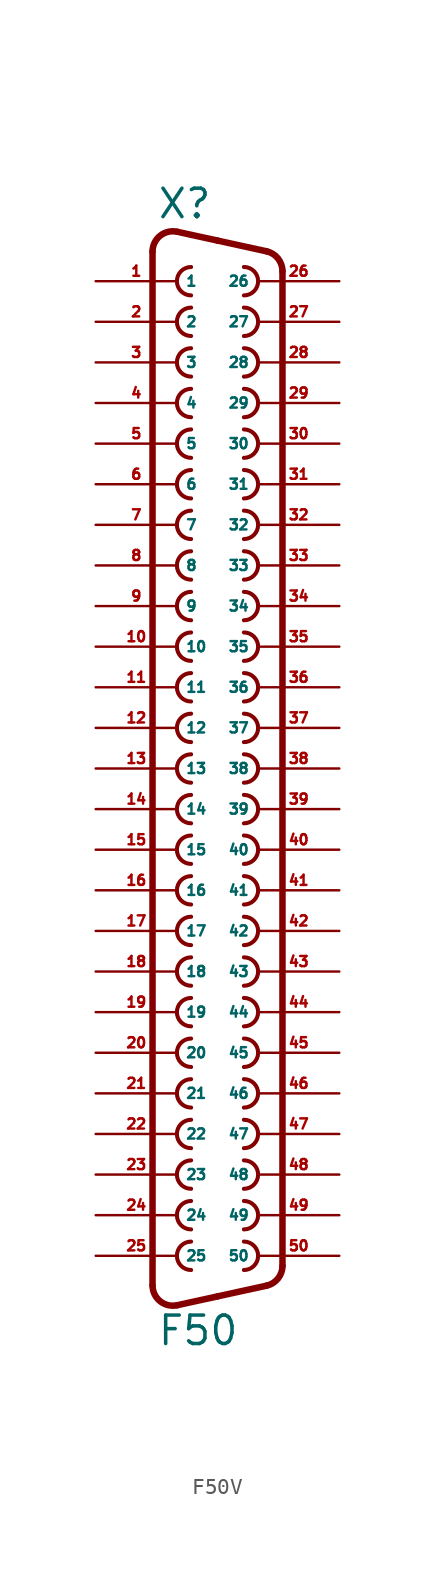
<source format=kicad_sym>
(kicad_symbol_lib
  (version 20220914)
  (generator Eagle2Kicad)
  (symbol "F50V"
    (property "Reference" "X"
      (at -3.81 31.75 0)
      (effects (font (size 1.778 1.778) (thickness 0.22)) (justify left bottom)))
    (property "Value" "F50"
      (at -3.81 -38.735 0)
      (effects (font (size 1.778 1.778) (thickness 0.22)) (justify left bottom)))
    (arc
      (start -1.651 28.829)
      (mid -2.540 27.940)
      (end -1.651 27.051)
      (stroke (width 0.254) (type default))
      (fill (type none)))
    (arc
      (start 1.651 6.731)
      (mid 2.540 7.620)
      (end 1.651 8.509)
      (stroke (width 0.254) (type default))
      (fill (type none)))
    (arc
      (start -1.651 -14.351)
      (mid -2.540 -15.240)
      (end -1.651 -16.129)
      (stroke (width 0.254) (type default))
      (fill (type none)))
    (arc
      (start 1.651 4.191)
      (mid 2.540 5.080)
      (end 1.651 5.969)
      (stroke (width 0.254) (type default))
      (fill (type none)))
    (arc
      (start -1.651 26.289)
      (mid -2.540 25.400)
      (end -1.651 24.511)
      (stroke (width 0.254) (type default))
      (fill (type none)))
    (arc
      (start -1.651 23.749)
      (mid -2.540 22.860)
      (end -1.651 21.971)
      (stroke (width 0.254) (type default))
      (fill (type none)))
    (arc
      (start -1.651 -19.431)
      (mid -2.540 -20.320)
      (end -1.651 -21.209)
      (stroke (width 0.254) (type default))
      (fill (type none)))
    (arc
      (start 1.651 1.651)
      (mid 2.540 2.540)
      (end 1.651 3.429)
      (stroke (width 0.254) (type default))
      (fill (type none)))
    (arc
      (start -1.651 -21.971)
      (mid -2.540 -22.860)
      (end -1.651 -23.749)
      (stroke (width 0.254) (type default))
      (fill (type none)))
    (arc
      (start -1.651 21.209)
      (mid -2.540 20.320)
      (end -1.651 19.431)
      (stroke (width 0.254) (type default))
      (fill (type none)))
    (arc
      (start 1.651 -0.889)
      (mid 2.540 0.000)
      (end 1.651 0.889)
      (stroke (width 0.254) (type default))
      (fill (type none)))
    (arc
      (start -1.651 -16.891)
      (mid -2.540 -17.780)
      (end -1.651 -18.669)
      (stroke (width 0.254) (type default))
      (fill (type none)))
    (arc
      (start -1.651 18.669)
      (mid -2.540 17.780)
      (end -1.651 16.891)
      (stroke (width 0.254) (type default))
      (fill (type none)))
    (arc
      (start 1.651 -3.429)
      (mid 2.540 -2.540)
      (end 1.651 -1.651)
      (stroke (width 0.254) (type default))
      (fill (type none)))
    (arc
      (start -1.651 -24.511)
      (mid -2.540 -25.400)
      (end -1.651 -26.289)
      (stroke (width 0.254) (type default))
      (fill (type none)))
    (arc
      (start 1.651 -5.969)
      (mid 2.540 -5.080)
      (end 1.651 -4.191)
      (stroke (width 0.254) (type default))
      (fill (type none)))
    (arc
      (start -1.651 16.129)
      (mid -2.540 15.240)
      (end -1.651 14.351)
      (stroke (width 0.254) (type default))
      (fill (type none)))
    (arc
      (start -1.651 -27.051)
      (mid -2.540 -27.940)
      (end -1.651 -28.829)
      (stroke (width 0.254) (type default))
      (fill (type none)))
    (arc
      (start -1.651 13.589)
      (mid -2.540 12.700)
      (end -1.651 11.811)
      (stroke (width 0.254) (type default))
      (fill (type none)))
    (arc
      (start 1.651 -8.509)
      (mid 2.540 -7.620)
      (end 1.651 -6.731)
      (stroke (width 0.254) (type default))
      (fill (type none)))
    (arc
      (start -1.651 -29.591)
      (mid -2.540 -30.480)
      (end -1.651 -31.369)
      (stroke (width 0.254) (type default))
      (fill (type none)))
    (arc
      (start -1.651 11.049)
      (mid -2.540 10.160)
      (end -1.651 9.271)
      (stroke (width 0.254) (type default))
      (fill (type none)))
    (arc
      (start 1.651 -11.049)
      (mid 2.540 -10.160)
      (end 1.651 -9.271)
      (stroke (width 0.254) (type default))
      (fill (type none)))
    (arc
      (start -1.651 -32.131)
      (mid -2.540 -33.020)
      (end -1.651 -33.909)
      (stroke (width 0.254) (type default))
      (fill (type none)))
    (arc
      (start -1.651 8.509)
      (mid -2.540 7.620)
      (end -1.651 6.731)
      (stroke (width 0.254) (type default))
      (fill (type none)))
    (arc
      (start 1.651 -13.589)
      (mid 2.540 -12.700)
      (end 1.651 -11.811)
      (stroke (width 0.254) (type default))
      (fill (type none)))
    (arc
      (start 1.651 27.051)
      (mid 2.540 27.940)
      (end 1.651 28.829)
      (stroke (width 0.254) (type default))
      (fill (type none)))
    (arc
      (start -1.651 5.969)
      (mid -2.540 5.080)
      (end -1.651 4.191)
      (stroke (width 0.254) (type default))
      (fill (type none)))
    (arc
      (start 1.651 -16.129)
      (mid 2.540 -15.240)
      (end 1.651 -14.351)
      (stroke (width 0.254) (type default))
      (fill (type none)))
    (arc
      (start 1.651 24.511)
      (mid 2.540 25.400)
      (end 1.651 26.289)
      (stroke (width 0.254) (type default))
      (fill (type none)))
    (arc
      (start -1.651 3.429)
      (mid -2.540 2.540)
      (end -1.651 1.651)
      (stroke (width 0.254) (type default))
      (fill (type none)))
    (arc
      (start 1.651 -18.669)
      (mid 2.540 -17.780)
      (end 1.651 -16.891)
      (stroke (width 0.254) (type default))
      (fill (type none)))
    (arc
      (start 1.651 21.971)
      (mid 2.540 22.860)
      (end 1.651 23.749)
      (stroke (width 0.254) (type default))
      (fill (type none)))
    (arc
      (start -1.651 0.889)
      (mid -2.540 0.000)
      (end -1.651 -0.889)
      (stroke (width 0.254) (type default))
      (fill (type none)))
    (arc
      (start 1.651 -21.209)
      (mid 2.540 -20.320)
      (end 1.651 -19.431)
      (stroke (width 0.254) (type default))
      (fill (type none)))
    (arc
      (start 1.651 19.431)
      (mid 2.540 20.320)
      (end 1.651 21.209)
      (stroke (width 0.254) (type default))
      (fill (type none)))
    (arc
      (start -1.651 -1.651)
      (mid -2.540 -2.540)
      (end -1.651 -3.429)
      (stroke (width 0.254) (type default))
      (fill (type none)))
    (arc
      (start 1.651 -23.749)
      (mid 2.540 -22.860)
      (end 1.651 -21.971)
      (stroke (width 0.254) (type default))
      (fill (type none)))
    (arc
      (start 1.651 16.891)
      (mid 2.540 17.780)
      (end 1.651 18.669)
      (stroke (width 0.254) (type default))
      (fill (type none)))
    (arc
      (start -1.651 -4.191)
      (mid -2.540 -5.080)
      (end -1.651 -5.969)
      (stroke (width 0.254) (type default))
      (fill (type none)))
    (arc
      (start 1.651 -26.289)
      (mid 2.540 -25.400)
      (end 1.651 -24.511)
      (stroke (width 0.254) (type default))
      (fill (type none)))
    (arc
      (start 1.651 14.351)
      (mid 2.540 15.240)
      (end 1.651 16.129)
      (stroke (width 0.254) (type default))
      (fill (type none)))
    (arc
      (start -1.651 -6.731)
      (mid -2.540 -7.620)
      (end -1.651 -8.509)
      (stroke (width 0.254) (type default))
      (fill (type none)))
    (arc
      (start 1.651 -28.829)
      (mid 2.540 -27.940)
      (end 1.651 -27.051)
      (stroke (width 0.254) (type default))
      (fill (type none)))
    (arc
      (start 1.651 11.811)
      (mid 2.540 12.700)
      (end 1.651 13.589)
      (stroke (width 0.254) (type default))
      (fill (type none)))
    (arc
      (start -1.651 -9.271)
      (mid -2.540 -10.160)
      (end -1.651 -11.049)
      (stroke (width 0.254) (type default))
      (fill (type none)))
    (arc
      (start 1.651 -31.369)
      (mid 2.540 -30.480)
      (end 1.651 -29.591)
      (stroke (width 0.254) (type default))
      (fill (type none)))
    (arc
      (start 1.651 9.271)
      (mid 2.540 10.160)
      (end 1.651 11.049)
      (stroke (width 0.254) (type default))
      (fill (type none)))
    (arc
      (start -1.651 -11.811)
      (mid -2.540 -12.700)
      (end -1.651 -13.589)
      (stroke (width 0.254) (type default))
      (fill (type none)))
    (arc
      (start 1.651 -33.909)
      (mid 2.540 -33.020)
      (end 1.651 -32.131)
      (stroke (width 0.254) (type default))
      (fill (type none)))
    (arc
      (start -2.5226 31.032)
      (mid -3.590 30.781)
      (end -4.064 29.7912)
      (stroke (width 0.4064) (type default))
      (fill (type none)))
    (polyline
      (pts (xy -2.523 31.032) (xy 0 30.48))
      (stroke (width 0.406) (type default))
      (fill (type none)))
    (polyline
      (pts (xy 0 30.48) (xy 3.065 29.809))
      (stroke (width 0.406) (type default))
      (fill (type none)))
    (arc
      (start 4.0643 28.5688)
      (mid 3.783 29.365)
      (end 3.0654 29.8095)
      (stroke (width 0.4064) (type default))
      (fill (type none)))
    (polyline
      (pts (xy 4.064 -33.649) (xy 4.064 28.569))
      (stroke (width 0.406) (type default))
      (fill (type none)))
    (arc
      (start 3.0654 -34.8894)
      (mid 3.783 -34.445)
      (end 4.064 -33.6488)
      (stroke (width 0.4064) (type default))
      (fill (type none)))
    (polyline
      (pts (xy -4.064 -34.871) (xy -4.064 29.791))
      (stroke (width 0.406) (type default))
      (fill (type none)))
    (polyline
      (pts (xy -2.523 -36.112) (xy 0 -35.56))
      (stroke (width 0.406) (type default))
      (fill (type none)))
    (polyline
      (pts (xy 0 -35.56) (xy 3.065 -34.889))
      (stroke (width 0.406) (type default))
      (fill (type none)))
    (arc
      (start -4.064 -34.8712)
      (mid -3.590 -35.861)
      (end -2.5226 -36.1119)
      (stroke (width 0.4064) (type default))
      (fill (type none)))
    (pin passive line
      (at 7.62 7.62 180)
      (length 5.08)
      (name "34" (effects (font (size 0.635 0.635) (thickness 0.08)) (justify left bottom)))
      (number "34" (effects (font (size 0.635 0.635) (thickness 0.08)) (justify left bottom))))
    (pin passive line
      (at -7.62 -15.24 0)
      (length 5.08)
      (name "18" (effects (font (size 0.635 0.635) (thickness 0.08)) (justify left bottom)))
      (number "18" (effects (font (size 0.635 0.635) (thickness 0.08)) (justify left bottom))))
    (pin passive line
      (at 7.62 5.08 180)
      (length 5.08)
      (name "35" (effects (font (size 0.635 0.635) (thickness 0.08)) (justify left bottom)))
      (number "35" (effects (font (size 0.635 0.635) (thickness 0.08)) (justify left bottom))))
    (pin passive line
      (at -7.62 -17.78 0)
      (length 5.08)
      (name "19" (effects (font (size 0.635 0.635) (thickness 0.08)) (justify left bottom)))
      (number "19" (effects (font (size 0.635 0.635) (thickness 0.08)) (justify left bottom))))
    (pin passive line
      (at 7.62 2.54 180)
      (length 5.08)
      (name "36" (effects (font (size 0.635 0.635) (thickness 0.08)) (justify left bottom)))
      (number "36" (effects (font (size 0.635 0.635) (thickness 0.08)) (justify left bottom))))
    (pin passive line
      (at -7.62 -20.32 0)
      (length 5.08)
      (name "20" (effects (font (size 0.635 0.635) (thickness 0.08)) (justify left bottom)))
      (number "20" (effects (font (size 0.635 0.635) (thickness 0.08)) (justify left bottom))))
    (pin passive line
      (at 7.62 0 180)
      (length 5.08)
      (name "37" (effects (font (size 0.635 0.635) (thickness 0.08)) (justify left bottom)))
      (number "37" (effects (font (size 0.635 0.635) (thickness 0.08)) (justify left bottom))))
    (pin passive line
      (at -7.62 -22.86 0)
      (length 5.08)
      (name "21" (effects (font (size 0.635 0.635) (thickness 0.08)) (justify left bottom)))
      (number "21" (effects (font (size 0.635 0.635) (thickness 0.08)) (justify left bottom))))
    (pin passive line
      (at 7.62 -2.54 180)
      (length 5.08)
      (name "38" (effects (font (size 0.635 0.635) (thickness 0.08)) (justify left bottom)))
      (number "38" (effects (font (size 0.635 0.635) (thickness 0.08)) (justify left bottom))))
    (pin passive line
      (at -7.62 -25.4 0)
      (length 5.08)
      (name "22" (effects (font (size 0.635 0.635) (thickness 0.08)) (justify left bottom)))
      (number "22" (effects (font (size 0.635 0.635) (thickness 0.08)) (justify left bottom))))
    (pin passive line
      (at 7.62 -5.08 180)
      (length 5.08)
      (name "39" (effects (font (size 0.635 0.635) (thickness 0.08)) (justify left bottom)))
      (number "39" (effects (font (size 0.635 0.635) (thickness 0.08)) (justify left bottom))))
    (pin passive line
      (at -7.62 -27.94 0)
      (length 5.08)
      (name "23" (effects (font (size 0.635 0.635) (thickness 0.08)) (justify left bottom)))
      (number "23" (effects (font (size 0.635 0.635) (thickness 0.08)) (justify left bottom))))
    (pin passive line
      (at 7.62 -7.62 180)
      (length 5.08)
      (name "40" (effects (font (size 0.635 0.635) (thickness 0.08)) (justify left bottom)))
      (number "40" (effects (font (size 0.635 0.635) (thickness 0.08)) (justify left bottom))))
    (pin passive line
      (at -7.62 -30.48 0)
      (length 5.08)
      (name "24" (effects (font (size 0.635 0.635) (thickness 0.08)) (justify left bottom)))
      (number "24" (effects (font (size 0.635 0.635) (thickness 0.08)) (justify left bottom))))
    (pin passive line
      (at 7.62 -10.16 180)
      (length 5.08)
      (name "41" (effects (font (size 0.635 0.635) (thickness 0.08)) (justify left bottom)))
      (number "41" (effects (font (size 0.635 0.635) (thickness 0.08)) (justify left bottom))))
    (pin passive line
      (at -7.62 -33.02 0)
      (length 5.08)
      (name "25" (effects (font (size 0.635 0.635) (thickness 0.08)) (justify left bottom)))
      (number "25" (effects (font (size 0.635 0.635) (thickness 0.08)) (justify left bottom))))
    (pin passive line
      (at 7.62 -12.7 180)
      (length 5.08)
      (name "42" (effects (font (size 0.635 0.635) (thickness 0.08)) (justify left bottom)))
      (number "42" (effects (font (size 0.635 0.635) (thickness 0.08)) (justify left bottom))))
    (pin passive line
      (at 7.62 27.94 180)
      (length 5.08)
      (name "26" (effects (font (size 0.635 0.635) (thickness 0.08)) (justify left bottom)))
      (number "26" (effects (font (size 0.635 0.635) (thickness 0.08)) (justify left bottom))))
    (pin passive line
      (at 7.62 -15.24 180)
      (length 5.08)
      (name "43" (effects (font (size 0.635 0.635) (thickness 0.08)) (justify left bottom)))
      (number "43" (effects (font (size 0.635 0.635) (thickness 0.08)) (justify left bottom))))
    (pin passive line
      (at 7.62 25.4 180)
      (length 5.08)
      (name "27" (effects (font (size 0.635 0.635) (thickness 0.08)) (justify left bottom)))
      (number "27" (effects (font (size 0.635 0.635) (thickness 0.08)) (justify left bottom))))
    (pin passive line
      (at 7.62 -17.78 180)
      (length 5.08)
      (name "44" (effects (font (size 0.635 0.635) (thickness 0.08)) (justify left bottom)))
      (number "44" (effects (font (size 0.635 0.635) (thickness 0.08)) (justify left bottom))))
    (pin passive line
      (at 7.62 22.86 180)
      (length 5.08)
      (name "28" (effects (font (size 0.635 0.635) (thickness 0.08)) (justify left bottom)))
      (number "28" (effects (font (size 0.635 0.635) (thickness 0.08)) (justify left bottom))))
    (pin passive line
      (at 7.62 -20.32 180)
      (length 5.08)
      (name "45" (effects (font (size 0.635 0.635) (thickness 0.08)) (justify left bottom)))
      (number "45" (effects (font (size 0.635 0.635) (thickness 0.08)) (justify left bottom))))
    (pin passive line
      (at 7.62 20.32 180)
      (length 5.08)
      (name "29" (effects (font (size 0.635 0.635) (thickness 0.08)) (justify left bottom)))
      (number "29" (effects (font (size 0.635 0.635) (thickness 0.08)) (justify left bottom))))
    (pin passive line
      (at 7.62 -22.86 180)
      (length 5.08)
      (name "46" (effects (font (size 0.635 0.635) (thickness 0.08)) (justify left bottom)))
      (number "46" (effects (font (size 0.635 0.635) (thickness 0.08)) (justify left bottom))))
    (pin passive line
      (at 7.62 17.78 180)
      (length 5.08)
      (name "30" (effects (font (size 0.635 0.635) (thickness 0.08)) (justify left bottom)))
      (number "30" (effects (font (size 0.635 0.635) (thickness 0.08)) (justify left bottom))))
    (pin passive line
      (at 7.62 -25.4 180)
      (length 5.08)
      (name "47" (effects (font (size 0.635 0.635) (thickness 0.08)) (justify left bottom)))
      (number "47" (effects (font (size 0.635 0.635) (thickness 0.08)) (justify left bottom))))
    (pin passive line
      (at 7.62 15.24 180)
      (length 5.08)
      (name "31" (effects (font (size 0.635 0.635) (thickness 0.08)) (justify left bottom)))
      (number "31" (effects (font (size 0.635 0.635) (thickness 0.08)) (justify left bottom))))
    (pin passive line
      (at 7.62 -27.94 180)
      (length 5.08)
      (name "48" (effects (font (size 0.635 0.635) (thickness 0.08)) (justify left bottom)))
      (number "48" (effects (font (size 0.635 0.635) (thickness 0.08)) (justify left bottom))))
    (pin passive line
      (at 7.62 12.7 180)
      (length 5.08)
      (name "32" (effects (font (size 0.635 0.635) (thickness 0.08)) (justify left bottom)))
      (number "32" (effects (font (size 0.635 0.635) (thickness 0.08)) (justify left bottom))))
    (pin passive line
      (at 7.62 -30.48 180)
      (length 5.08)
      (name "49" (effects (font (size 0.635 0.635) (thickness 0.08)) (justify left bottom)))
      (number "49" (effects (font (size 0.635 0.635) (thickness 0.08)) (justify left bottom))))
    (pin passive line
      (at 7.62 10.16 180)
      (length 5.08)
      (name "33" (effects (font (size 0.635 0.635) (thickness 0.08)) (justify left bottom)))
      (number "33" (effects (font (size 0.635 0.635) (thickness 0.08)) (justify left bottom))))
    (pin passive line
      (at 7.62 -33.02 180)
      (length 5.08)
      (name "50" (effects (font (size 0.635 0.635) (thickness 0.08)) (justify left bottom)))
      (number "50" (effects (font (size 0.635 0.635) (thickness 0.08)) (justify left bottom))))
    (pin passive line
      (at -7.62 27.94 0)
      (length 5.08)
      (name "1" (effects (font (size 0.635 0.635) (thickness 0.08)) (justify left bottom)))
      (number "1" (effects (font (size 0.635 0.635) (thickness 0.08)) (justify left bottom))))
    (pin passive line
      (at -7.62 25.4 0)
      (length 5.08)
      (name "2" (effects (font (size 0.635 0.635) (thickness 0.08)) (justify left bottom)))
      (number "2" (effects (font (size 0.635 0.635) (thickness 0.08)) (justify left bottom))))
    (pin passive line
      (at -7.62 22.86 0)
      (length 5.08)
      (name "3" (effects (font (size 0.635 0.635) (thickness 0.08)) (justify left bottom)))
      (number "3" (effects (font (size 0.635 0.635) (thickness 0.08)) (justify left bottom))))
    (pin passive line
      (at -7.62 20.32 0)
      (length 5.08)
      (name "4" (effects (font (size 0.635 0.635) (thickness 0.08)) (justify left bottom)))
      (number "4" (effects (font (size 0.635 0.635) (thickness 0.08)) (justify left bottom))))
    (pin passive line
      (at -7.62 17.78 0)
      (length 5.08)
      (name "5" (effects (font (size 0.635 0.635) (thickness 0.08)) (justify left bottom)))
      (number "5" (effects (font (size 0.635 0.635) (thickness 0.08)) (justify left bottom))))
    (pin passive line
      (at -7.62 15.24 0)
      (length 5.08)
      (name "6" (effects (font (size 0.635 0.635) (thickness 0.08)) (justify left bottom)))
      (number "6" (effects (font (size 0.635 0.635) (thickness 0.08)) (justify left bottom))))
    (pin passive line
      (at -7.62 12.7 0)
      (length 5.08)
      (name "7" (effects (font (size 0.635 0.635) (thickness 0.08)) (justify left bottom)))
      (number "7" (effects (font (size 0.635 0.635) (thickness 0.08)) (justify left bottom))))
    (pin passive line
      (at -7.62 10.16 0)
      (length 5.08)
      (name "8" (effects (font (size 0.635 0.635) (thickness 0.08)) (justify left bottom)))
      (number "8" (effects (font (size 0.635 0.635) (thickness 0.08)) (justify left bottom))))
    (pin passive line
      (at -7.62 7.62 0)
      (length 5.08)
      (name "9" (effects (font (size 0.635 0.635) (thickness 0.08)) (justify left bottom)))
      (number "9" (effects (font (size 0.635 0.635) (thickness 0.08)) (justify left bottom))))
    (pin passive line
      (at -7.62 5.08 0)
      (length 5.08)
      (name "10" (effects (font (size 0.635 0.635) (thickness 0.08)) (justify left bottom)))
      (number "10" (effects (font (size 0.635 0.635) (thickness 0.08)) (justify left bottom))))
    (pin passive line
      (at -7.62 2.54 0)
      (length 5.08)
      (name "11" (effects (font (size 0.635 0.635) (thickness 0.08)) (justify left bottom)))
      (number "11" (effects (font (size 0.635 0.635) (thickness 0.08)) (justify left bottom))))
    (pin passive line
      (at -7.62 0 0)
      (length 5.08)
      (name "12" (effects (font (size 0.635 0.635) (thickness 0.08)) (justify left bottom)))
      (number "12" (effects (font (size 0.635 0.635) (thickness 0.08)) (justify left bottom))))
    (pin passive line
      (at -7.62 -2.54 0)
      (length 5.08)
      (name "13" (effects (font (size 0.635 0.635) (thickness 0.08)) (justify left bottom)))
      (number "13" (effects (font (size 0.635 0.635) (thickness 0.08)) (justify left bottom))))
    (pin passive line
      (at -7.62 -5.08 0)
      (length 5.08)
      (name "14" (effects (font (size 0.635 0.635) (thickness 0.08)) (justify left bottom)))
      (number "14" (effects (font (size 0.635 0.635) (thickness 0.08)) (justify left bottom))))
    (pin passive line
      (at -7.62 -7.62 0)
      (length 5.08)
      (name "15" (effects (font (size 0.635 0.635) (thickness 0.08)) (justify left bottom)))
      (number "15" (effects (font (size 0.635 0.635) (thickness 0.08)) (justify left bottom))))
    (pin passive line
      (at -7.62 -10.16 0)
      (length 5.08)
      (name "16" (effects (font (size 0.635 0.635) (thickness 0.08)) (justify left bottom)))
      (number "16" (effects (font (size 0.635 0.635) (thickness 0.08)) (justify left bottom))))
    (pin passive line
      (at -7.62 -12.7 0)
      (length 5.08)
      (name "17" (effects (font (size 0.635 0.635) (thickness 0.08)) (justify left bottom)))
      (number "17" (effects (font (size 0.635 0.635) (thickness 0.08)) (justify left bottom))))))
</source>
